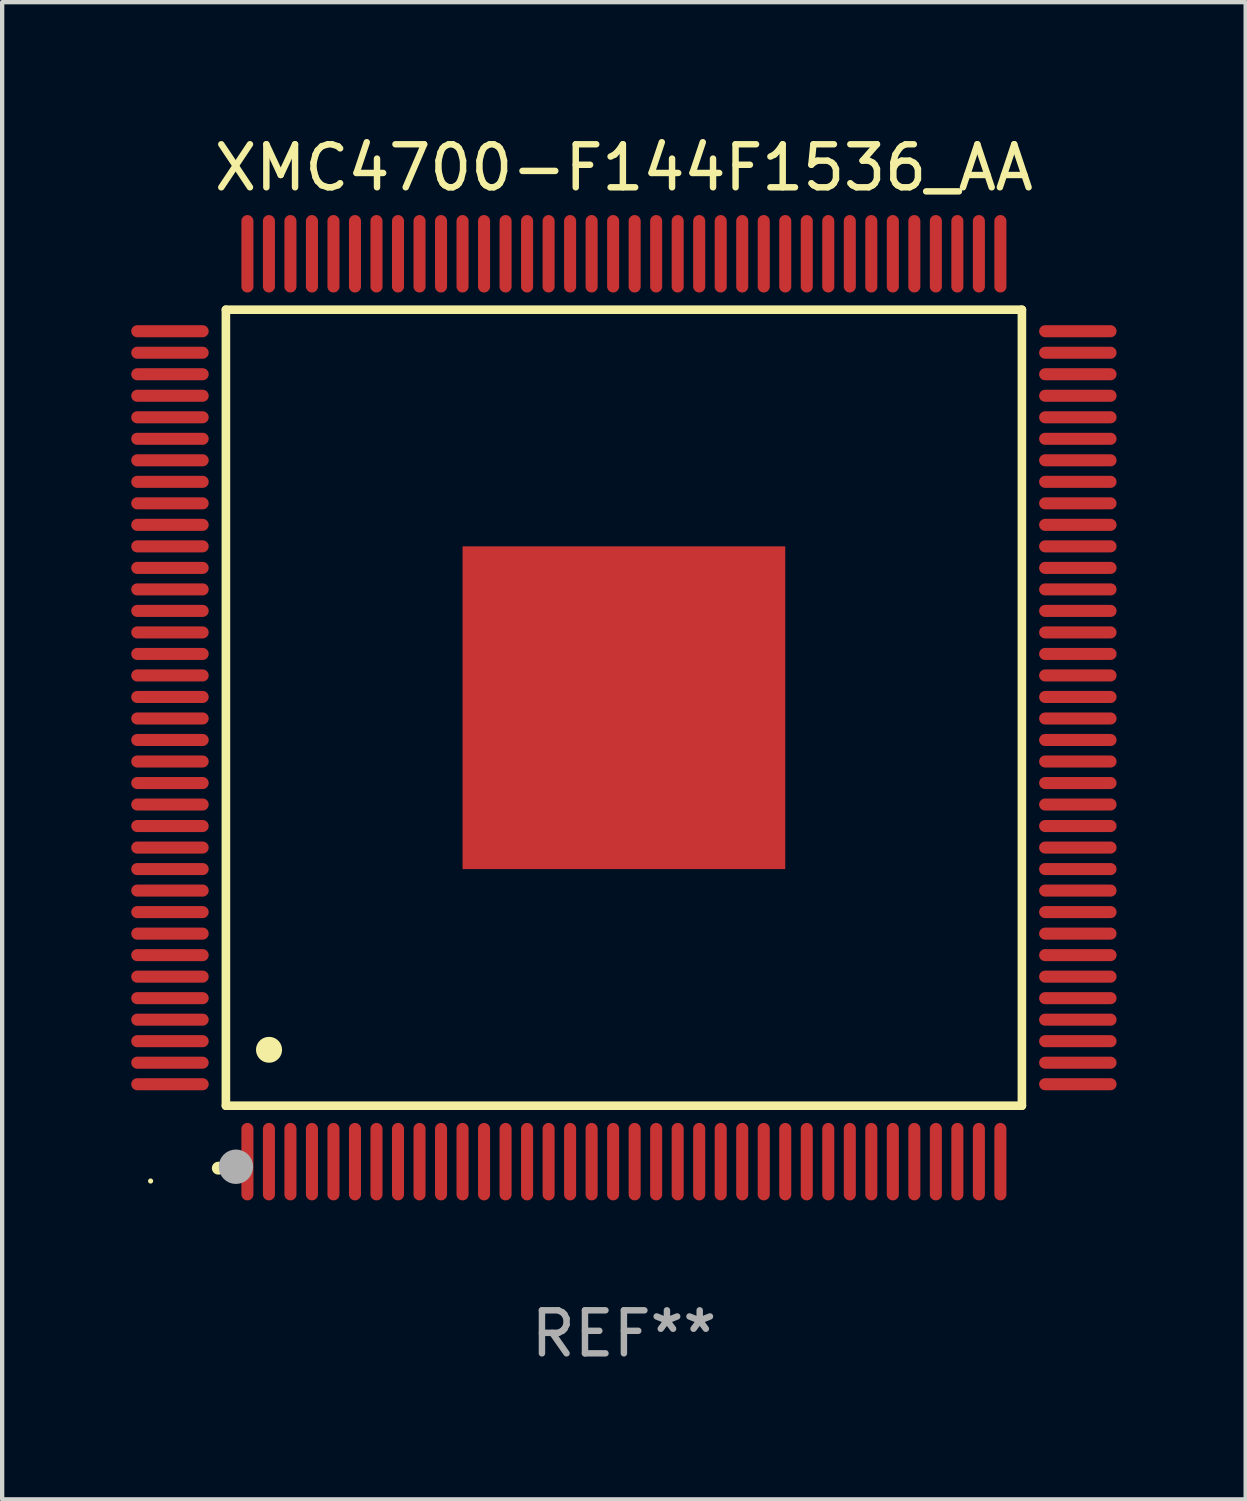
<source format=kicad_pcb>
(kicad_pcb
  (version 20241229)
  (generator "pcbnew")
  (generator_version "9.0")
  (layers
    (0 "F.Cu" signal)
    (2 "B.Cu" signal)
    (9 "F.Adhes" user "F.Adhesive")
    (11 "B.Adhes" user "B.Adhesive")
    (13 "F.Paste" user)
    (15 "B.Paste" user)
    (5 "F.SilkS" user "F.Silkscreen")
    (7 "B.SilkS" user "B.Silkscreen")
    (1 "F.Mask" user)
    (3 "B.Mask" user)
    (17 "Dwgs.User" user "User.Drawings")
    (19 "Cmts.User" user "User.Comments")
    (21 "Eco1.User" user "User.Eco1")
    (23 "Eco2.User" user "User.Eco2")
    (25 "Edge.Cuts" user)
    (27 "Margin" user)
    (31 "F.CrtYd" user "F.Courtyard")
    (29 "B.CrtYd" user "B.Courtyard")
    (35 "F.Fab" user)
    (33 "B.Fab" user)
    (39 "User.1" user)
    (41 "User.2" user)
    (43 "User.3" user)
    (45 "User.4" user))
  (footprint "XMC4700-F144F1536_AA"
    (layer "F.Cu")
    (at 11.45 13.398)
    (property "Reference" "XMC4700-F144F1536_AA" (at 0 -12.55 0) (layer "F.SilkS") (effects (font (size 1 1) (thickness 0.15))))
    (attr through_hole)
    (fp_line (start -9.25 -9.25) (end 9.25 -9.25) (stroke (width 0.2) (type solid)) (layer "F.SilkS"))
    (fp_line (start -9.25 9.25) (end -9.25 -9.25) (stroke (width 0.2) (type solid)) (layer "F.SilkS"))
    (fp_line (start 9.25 -9.25) (end 9.25 9.25) (stroke (width 0.2) (type solid)) (layer "F.SilkS"))
    (fp_line (start 9.25 9.25) (end -9.25 9.25) (stroke (width 0.2) (type solid)) (layer "F.SilkS"))
    (fp_arc (start -9.425959 10.701041) (mid -9.424689 10.701036) (end -9.423419 10.701041) (stroke (width 0.3) (type solid)) (layer "F.SilkS"))
    (fp_arc (start -8.249936 7.950216) (mid -8.247396 7.950205) (end -8.244856 7.950216) (stroke (width 0.6) (type solid)) (layer "F.SilkS"))
    (fp_circle (center -11 11) (end -10.97 11) (stroke (width 0.06) (type solid)) (fill no) (layer "F.SilkS"))
    (fp_circle (center -9.017 10.668) (end -8.817 10.668) (stroke (width 0.4) (type solid)) (fill no) (layer "F.Fab"))
    (fp_text user "REF**" (at 0 14.55 0) (layer "F.Fab") (effects (font (size 1 1) (thickness 0.15))))
    (pad "1" smd oval (at -8.75 10.55 180) (size 0.28 1.8) (layers "F.Cu" "F.Mask" "F.Paste"))
    (pad "2" smd oval (at -8.25 10.55 180) (size 0.28 1.8) (layers "F.Cu" "F.Mask" "F.Paste"))
    (pad "3" smd oval (at -7.75 10.55 180) (size 0.28 1.8) (layers "F.Cu" "F.Mask" "F.Paste"))
    (pad "4" smd oval (at -7.25 10.55 180) (size 0.28 1.8) (layers "F.Cu" "F.Mask" "F.Paste"))
    (pad "5" smd oval (at -6.75 10.55 180) (size 0.28 1.8) (layers "F.Cu" "F.Mask" "F.Paste"))
    (pad "6" smd oval (at -6.25 10.55 180) (size 0.28 1.8) (layers "F.Cu" "F.Mask" "F.Paste"))
    (pad "7" smd oval (at -5.75 10.55 180) (size 0.28 1.8) (layers "F.Cu" "F.Mask" "F.Paste"))
    (pad "8" smd oval (at -5.25 10.55 180) (size 0.28 1.8) (layers "F.Cu" "F.Mask" "F.Paste"))
    (pad "9" smd oval (at -4.75 10.55 180) (size 0.28 1.8) (layers "F.Cu" "F.Mask" "F.Paste"))
    (pad "10" smd oval (at -4.25 10.55 180) (size 0.28 1.8) (layers "F.Cu" "F.Mask" "F.Paste"))
    (pad "11" smd oval (at -3.75 10.55 180) (size 0.28 1.8) (layers "F.Cu" "F.Mask" "F.Paste"))
    (pad "12" smd oval (at -3.25 10.55 180) (size 0.28 1.8) (layers "F.Cu" "F.Mask" "F.Paste"))
    (pad "13" smd oval (at -2.75 10.55 180) (size 0.28 1.8) (layers "F.Cu" "F.Mask" "F.Paste"))
    (pad "14" smd oval (at -2.25 10.55 180) (size 0.28 1.8) (layers "F.Cu" "F.Mask" "F.Paste"))
    (pad "15" smd oval (at -1.75 10.55 180) (size 0.28 1.8) (layers "F.Cu" "F.Mask" "F.Paste"))
    (pad "16" smd oval (at -1.25 10.55 180) (size 0.28 1.8) (layers "F.Cu" "F.Mask" "F.Paste"))
    (pad "17" smd oval (at -0.75 10.55 180) (size 0.28 1.8) (layers "F.Cu" "F.Mask" "F.Paste"))
    (pad "18" smd oval (at -0.25 10.55 180) (size 0.28 1.8) (layers "F.Cu" "F.Mask" "F.Paste"))
    (pad "19" smd oval (at 0.25 10.55 180) (size 0.28 1.8) (layers "F.Cu" "F.Mask" "F.Paste"))
    (pad "20" smd oval (at 0.75 10.55 180) (size 0.28 1.8) (layers "F.Cu" "F.Mask" "F.Paste"))
    (pad "21" smd oval (at 1.25 10.55 180) (size 0.28 1.8) (layers "F.Cu" "F.Mask" "F.Paste"))
    (pad "22" smd oval (at 1.75 10.55 180) (size 0.28 1.8) (layers "F.Cu" "F.Mask" "F.Paste"))
    (pad "23" smd oval (at 2.25 10.55 180) (size 0.28 1.8) (layers "F.Cu" "F.Mask" "F.Paste"))
    (pad "24" smd oval (at 2.75 10.55 180) (size 0.28 1.8) (layers "F.Cu" "F.Mask" "F.Paste"))
    (pad "25" smd oval (at 3.25 10.55 180) (size 0.28 1.8) (layers "F.Cu" "F.Mask" "F.Paste"))
    (pad "26" smd oval (at 3.75 10.55 180) (size 0.28 1.8) (layers "F.Cu" "F.Mask" "F.Paste"))
    (pad "27" smd oval (at 4.25 10.55 180) (size 0.28 1.8) (layers "F.Cu" "F.Mask" "F.Paste"))
    (pad "28" smd oval (at 4.75 10.55 180) (size 0.28 1.8) (layers "F.Cu" "F.Mask" "F.Paste"))
    (pad "29" smd oval (at 5.25 10.55 180) (size 0.28 1.8) (layers "F.Cu" "F.Mask" "F.Paste"))
    (pad "30" smd oval (at 5.75 10.55 180) (size 0.28 1.8) (layers "F.Cu" "F.Mask" "F.Paste"))
    (pad "31" smd oval (at 6.25 10.55 180) (size 0.28 1.8) (layers "F.Cu" "F.Mask" "F.Paste"))
    (pad "32" smd oval (at 6.75 10.55 180) (size 0.28 1.8) (layers "F.Cu" "F.Mask" "F.Paste"))
    (pad "33" smd oval (at 7.25 10.55 180) (size 0.28 1.8) (layers "F.Cu" "F.Mask" "F.Paste"))
    (pad "34" smd oval (at 7.75 10.55 180) (size 0.28 1.8) (layers "F.Cu" "F.Mask" "F.Paste"))
    (pad "35" smd oval (at 8.25 10.55 180) (size 0.28 1.8) (layers "F.Cu" "F.Mask" "F.Paste"))
    (pad "36" smd oval (at 8.75 10.55 180) (size 0.28 1.8) (layers "F.Cu" "F.Mask" "F.Paste"))
    (pad "37" smd oval (at 10.55 8.75 90) (size 0.28 1.8) (layers "F.Cu" "F.Mask" "F.Paste"))
    (pad "38" smd oval (at 10.55 8.25 90) (size 0.28 1.8) (layers "F.Cu" "F.Mask" "F.Paste"))
    (pad "39" smd oval (at 10.55 7.75 90) (size 0.28 1.8) (layers "F.Cu" "F.Mask" "F.Paste"))
    (pad "40" smd oval (at 10.55 7.25 90) (size 0.28 1.8) (layers "F.Cu" "F.Mask" "F.Paste"))
    (pad "41" smd oval (at 10.55 6.75 90) (size 0.28 1.8) (layers "F.Cu" "F.Mask" "F.Paste"))
    (pad "42" smd oval (at 10.55 6.25 90) (size 0.28 1.8) (layers "F.Cu" "F.Mask" "F.Paste"))
    (pad "43" smd oval (at 10.55 5.75 90) (size 0.28 1.8) (layers "F.Cu" "F.Mask" "F.Paste"))
    (pad "44" smd oval (at 10.55 5.25 90) (size 0.28 1.8) (layers "F.Cu" "F.Mask" "F.Paste"))
    (pad "45" smd oval (at 10.55 4.75 90) (size 0.28 1.8) (layers "F.Cu" "F.Mask" "F.Paste"))
    (pad "46" smd oval (at 10.55 4.25 90) (size 0.28 1.8) (layers "F.Cu" "F.Mask" "F.Paste"))
    (pad "47" smd oval (at 10.55 3.75 90) (size 0.28 1.8) (layers "F.Cu" "F.Mask" "F.Paste"))
    (pad "48" smd oval (at 10.55 3.25 90) (size 0.28 1.8) (layers "F.Cu" "F.Mask" "F.Paste"))
    (pad "49" smd oval (at 10.55 2.75 90) (size 0.28 1.8) (layers "F.Cu" "F.Mask" "F.Paste"))
    (pad "50" smd oval (at 10.55 2.25 90) (size 0.28 1.8) (layers "F.Cu" "F.Mask" "F.Paste"))
    (pad "51" smd oval (at 10.55 1.75 90) (size 0.28 1.8) (layers "F.Cu" "F.Mask" "F.Paste"))
    (pad "52" smd oval (at 10.55 1.25 90) (size 0.28 1.8) (layers "F.Cu" "F.Mask" "F.Paste"))
    (pad "53" smd oval (at 10.55 0.75 90) (size 0.28 1.8) (layers "F.Cu" "F.Mask" "F.Paste"))
    (pad "54" smd oval (at 10.55 0.25 90) (size 0.28 1.8) (layers "F.Cu" "F.Mask" "F.Paste"))
    (pad "55" smd oval (at 10.55 -0.25 90) (size 0.28 1.8) (layers "F.Cu" "F.Mask" "F.Paste"))
    (pad "56" smd oval (at 10.55 -0.75 90) (size 0.28 1.8) (layers "F.Cu" "F.Mask" "F.Paste"))
    (pad "57" smd oval (at 10.55 -1.25 90) (size 0.28 1.8) (layers "F.Cu" "F.Mask" "F.Paste"))
    (pad "58" smd oval (at 10.55 -1.75 90) (size 0.28 1.8) (layers "F.Cu" "F.Mask" "F.Paste"))
    (pad "59" smd oval (at 10.55 -2.25 90) (size 0.28 1.8) (layers "F.Cu" "F.Mask" "F.Paste"))
    (pad "60" smd oval (at 10.55 -2.75 90) (size 0.28 1.8) (layers "F.Cu" "F.Mask" "F.Paste"))
    (pad "61" smd oval (at 10.55 -3.25 90) (size 0.28 1.8) (layers "F.Cu" "F.Mask" "F.Paste"))
    (pad "62" smd oval (at 10.55 -3.75 90) (size 0.28 1.8) (layers "F.Cu" "F.Mask" "F.Paste"))
    (pad "63" smd oval (at 10.55 -4.25 90) (size 0.28 1.8) (layers "F.Cu" "F.Mask" "F.Paste"))
    (pad "64" smd oval (at 10.55 -4.75 90) (size 0.28 1.8) (layers "F.Cu" "F.Mask" "F.Paste"))
    (pad "65" smd oval (at 10.55 -5.25 90) (size 0.28 1.8) (layers "F.Cu" "F.Mask" "F.Paste"))
    (pad "66" smd oval (at 10.55 -5.75 90) (size 0.28 1.8) (layers "F.Cu" "F.Mask" "F.Paste"))
    (pad "67" smd oval (at 10.55 -6.25 90) (size 0.28 1.8) (layers "F.Cu" "F.Mask" "F.Paste"))
    (pad "68" smd oval (at 10.55 -6.75 90) (size 0.28 1.8) (layers "F.Cu" "F.Mask" "F.Paste"))
    (pad "69" smd oval (at 10.55 -7.25 90) (size 0.28 1.8) (layers "F.Cu" "F.Mask" "F.Paste"))
    (pad "70" smd oval (at 10.55 -7.75 90) (size 0.28 1.8) (layers "F.Cu" "F.Mask" "F.Paste"))
    (pad "71" smd oval (at 10.55 -8.25 90) (size 0.28 1.8) (layers "F.Cu" "F.Mask" "F.Paste"))
    (pad "72" smd oval (at 10.55 -8.75 90) (size 0.28 1.8) (layers "F.Cu" "F.Mask" "F.Paste"))
    (pad "73" smd oval (at 8.75 -10.55 180) (size 0.28 1.8) (layers "F.Cu" "F.Mask" "F.Paste"))
    (pad "74" smd oval (at 8.25 -10.55 180) (size 0.28 1.8) (layers "F.Cu" "F.Mask" "F.Paste"))
    (pad "75" smd oval (at 7.75 -10.55 180) (size 0.28 1.8) (layers "F.Cu" "F.Mask" "F.Paste"))
    (pad "76" smd oval (at 7.25 -10.55 180) (size 0.28 1.8) (layers "F.Cu" "F.Mask" "F.Paste"))
    (pad "77" smd oval (at 6.75 -10.55 180) (size 0.28 1.8) (layers "F.Cu" "F.Mask" "F.Paste"))
    (pad "78" smd oval (at 6.25 -10.55 180) (size 0.28 1.8) (layers "F.Cu" "F.Mask" "F.Paste"))
    (pad "79" smd oval (at 5.75 -10.55 180) (size 0.28 1.8) (layers "F.Cu" "F.Mask" "F.Paste"))
    (pad "80" smd oval (at 5.25 -10.55 180) (size 0.28 1.8) (layers "F.Cu" "F.Mask" "F.Paste"))
    (pad "81" smd oval (at 4.75 -10.55 180) (size 0.28 1.8) (layers "F.Cu" "F.Mask" "F.Paste"))
    (pad "82" smd oval (at 4.25 -10.55 180) (size 0.28 1.8) (layers "F.Cu" "F.Mask" "F.Paste"))
    (pad "83" smd oval (at 3.75 -10.55 180) (size 0.28 1.8) (layers "F.Cu" "F.Mask" "F.Paste"))
    (pad "84" smd oval (at 3.25 -10.55 180) (size 0.28 1.8) (layers "F.Cu" "F.Mask" "F.Paste"))
    (pad "85" smd oval (at 2.75 -10.55 180) (size 0.28 1.8) (layers "F.Cu" "F.Mask" "F.Paste"))
    (pad "86" smd oval (at 2.25 -10.55 180) (size 0.28 1.8) (layers "F.Cu" "F.Mask" "F.Paste"))
    (pad "87" smd oval (at 1.75 -10.55 180) (size 0.28 1.8) (layers "F.Cu" "F.Mask" "F.Paste"))
    (pad "88" smd oval (at 1.25 -10.55 180) (size 0.28 1.8) (layers "F.Cu" "F.Mask" "F.Paste"))
    (pad "89" smd oval (at 0.75 -10.55 180) (size 0.28 1.8) (layers "F.Cu" "F.Mask" "F.Paste"))
    (pad "90" smd oval (at 0.25 -10.55 180) (size 0.28 1.8) (layers "F.Cu" "F.Mask" "F.Paste"))
    (pad "91" smd oval (at -0.25 -10.55 180) (size 0.28 1.8) (layers "F.Cu" "F.Mask" "F.Paste"))
    (pad "92" smd oval (at -0.75 -10.55 180) (size 0.28 1.8) (layers "F.Cu" "F.Mask" "F.Paste"))
    (pad "93" smd oval (at -1.25 -10.55 180) (size 0.28 1.8) (layers "F.Cu" "F.Mask" "F.Paste"))
    (pad "94" smd oval (at -1.75 -10.55 180) (size 0.28 1.8) (layers "F.Cu" "F.Mask" "F.Paste"))
    (pad "95" smd oval (at -2.25 -10.55 180) (size 0.28 1.8) (layers "F.Cu" "F.Mask" "F.Paste"))
    (pad "96" smd oval (at -2.75 -10.55 180) (size 0.28 1.8) (layers "F.Cu" "F.Mask" "F.Paste"))
    (pad "97" smd oval (at -3.25 -10.55 180) (size 0.28 1.8) (layers "F.Cu" "F.Mask" "F.Paste"))
    (pad "98" smd oval (at -3.75 -10.55 180) (size 0.28 1.8) (layers "F.Cu" "F.Mask" "F.Paste"))
    (pad "99" smd oval (at -4.25 -10.55 180) (size 0.28 1.8) (layers "F.Cu" "F.Mask" "F.Paste"))
    (pad "100" smd oval (at -4.75 -10.55 180) (size 0.28 1.8) (layers "F.Cu" "F.Mask" "F.Paste"))
    (pad "101" smd oval (at -5.25 -10.55 180) (size 0.28 1.8) (layers "F.Cu" "F.Mask" "F.Paste"))
    (pad "102" smd oval (at -5.75 -10.55 180) (size 0.28 1.8) (layers "F.Cu" "F.Mask" "F.Paste"))
    (pad "103" smd oval (at -6.25 -10.55 180) (size 0.28 1.8) (layers "F.Cu" "F.Mask" "F.Paste"))
    (pad "104" smd oval (at -6.75 -10.55 180) (size 0.28 1.8) (layers "F.Cu" "F.Mask" "F.Paste"))
    (pad "105" smd oval (at -7.25 -10.55 180) (size 0.28 1.8) (layers "F.Cu" "F.Mask" "F.Paste"))
    (pad "106" smd oval (at -7.75 -10.55 180) (size 0.28 1.8) (layers "F.Cu" "F.Mask" "F.Paste"))
    (pad "107" smd oval (at -8.25 -10.55 180) (size 0.28 1.8) (layers "F.Cu" "F.Mask" "F.Paste"))
    (pad "108" smd oval (at -8.75 -10.55 180) (size 0.28 1.8) (layers "F.Cu" "F.Mask" "F.Paste"))
    (pad "109" smd oval (at -10.55 -8.75 90) (size 0.28 1.8) (layers "F.Cu" "F.Mask" "F.Paste"))
    (pad "110" smd oval (at -10.55 -8.25 90) (size 0.28 1.8) (layers "F.Cu" "F.Mask" "F.Paste"))
    (pad "111" smd oval (at -10.55 -7.75 90) (size 0.28 1.8) (layers "F.Cu" "F.Mask" "F.Paste"))
    (pad "112" smd oval (at -10.55 -7.25 90) (size 0.28 1.8) (layers "F.Cu" "F.Mask" "F.Paste"))
    (pad "113" smd oval (at -10.55 -6.75 90) (size 0.28 1.8) (layers "F.Cu" "F.Mask" "F.Paste"))
    (pad "114" smd oval (at -10.55 -6.25 90) (size 0.28 1.8) (layers "F.Cu" "F.Mask" "F.Paste"))
    (pad "115" smd oval (at -10.55 -5.75 90) (size 0.28 1.8) (layers "F.Cu" "F.Mask" "F.Paste"))
    (pad "116" smd oval (at -10.55 -5.25 90) (size 0.28 1.8) (layers "F.Cu" "F.Mask" "F.Paste"))
    (pad "117" smd oval (at -10.55 -4.75 90) (size 0.28 1.8) (layers "F.Cu" "F.Mask" "F.Paste"))
    (pad "118" smd oval (at -10.55 -4.25 90) (size 0.28 1.8) (layers "F.Cu" "F.Mask" "F.Paste"))
    (pad "119" smd oval (at -10.55 -3.75 90) (size 0.28 1.8) (layers "F.Cu" "F.Mask" "F.Paste"))
    (pad "120" smd oval (at -10.55 -3.25 90) (size 0.28 1.8) (layers "F.Cu" "F.Mask" "F.Paste"))
    (pad "121" smd oval (at -10.55 -2.75 90) (size 0.28 1.8) (layers "F.Cu" "F.Mask" "F.Paste"))
    (pad "122" smd oval (at -10.55 -2.25 90) (size 0.28 1.8) (layers "F.Cu" "F.Mask" "F.Paste"))
    (pad "123" smd oval (at -10.55 -1.75 90) (size 0.28 1.8) (layers "F.Cu" "F.Mask" "F.Paste"))
    (pad "124" smd oval (at -10.55 -1.25 90) (size 0.28 1.8) (layers "F.Cu" "F.Mask" "F.Paste"))
    (pad "125" smd oval (at -10.55 -0.75 90) (size 0.28 1.8) (layers "F.Cu" "F.Mask" "F.Paste"))
    (pad "126" smd oval (at -10.55 -0.25 90) (size 0.28 1.8) (layers "F.Cu" "F.Mask" "F.Paste"))
    (pad "127" smd oval (at -10.55 0.25 90) (size 0.28 1.8) (layers "F.Cu" "F.Mask" "F.Paste"))
    (pad "128" smd oval (at -10.55 0.75 90) (size 0.28 1.8) (layers "F.Cu" "F.Mask" "F.Paste"))
    (pad "129" smd oval (at -10.55 1.25 90) (size 0.28 1.8) (layers "F.Cu" "F.Mask" "F.Paste"))
    (pad "130" smd oval (at -10.55 1.75 90) (size 0.28 1.8) (layers "F.Cu" "F.Mask" "F.Paste"))
    (pad "131" smd oval (at -10.55 2.25 90) (size 0.28 1.8) (layers "F.Cu" "F.Mask" "F.Paste"))
    (pad "132" smd oval (at -10.55 2.75 90) (size 0.28 1.8) (layers "F.Cu" "F.Mask" "F.Paste"))
    (pad "133" smd oval (at -10.55 3.25 90) (size 0.28 1.8) (layers "F.Cu" "F.Mask" "F.Paste"))
    (pad "134" smd oval (at -10.55 3.75 90) (size 0.28 1.8) (layers "F.Cu" "F.Mask" "F.Paste"))
    (pad "135" smd oval (at -10.55 4.25 90) (size 0.28 1.8) (layers "F.Cu" "F.Mask" "F.Paste"))
    (pad "136" smd oval (at -10.55 4.75 90) (size 0.28 1.8) (layers "F.Cu" "F.Mask" "F.Paste"))
    (pad "137" smd oval (at -10.55 5.25 90) (size 0.28 1.8) (layers "F.Cu" "F.Mask" "F.Paste"))
    (pad "138" smd oval (at -10.55 5.75 90) (size 0.28 1.8) (layers "F.Cu" "F.Mask" "F.Paste"))
    (pad "139" smd oval (at -10.55 6.25 90) (size 0.28 1.8) (layers "F.Cu" "F.Mask" "F.Paste"))
    (pad "140" smd oval (at -10.55 6.75 90) (size 0.28 1.8) (layers "F.Cu" "F.Mask" "F.Paste"))
    (pad "141" smd oval (at -10.55 7.25 90) (size 0.28 1.8) (layers "F.Cu" "F.Mask" "F.Paste"))
    (pad "142" smd oval (at -10.55 7.75 90) (size 0.28 1.8) (layers "F.Cu" "F.Mask" "F.Paste"))
    (pad "143" smd oval (at -10.55 8.25 90) (size 0.28 1.8) (layers "F.Cu" "F.Mask" "F.Paste"))
    (pad "144" smd oval (at -10.55 8.75 90) (size 0.28 1.8) (layers "F.Cu" "F.Mask" "F.Paste"))
    (pad "145" smd rect (at 0 0 90) (size 7.5 7.5) (layers "F.Cu" "F.Mask" "F.Paste")))
  (gr_rect
    (start -3 -3)
    (end 25.9 31.796)
    (stroke (width 0.1) (type default))
    (fill no)
    (layer "Edge.Cuts")))
</source>
